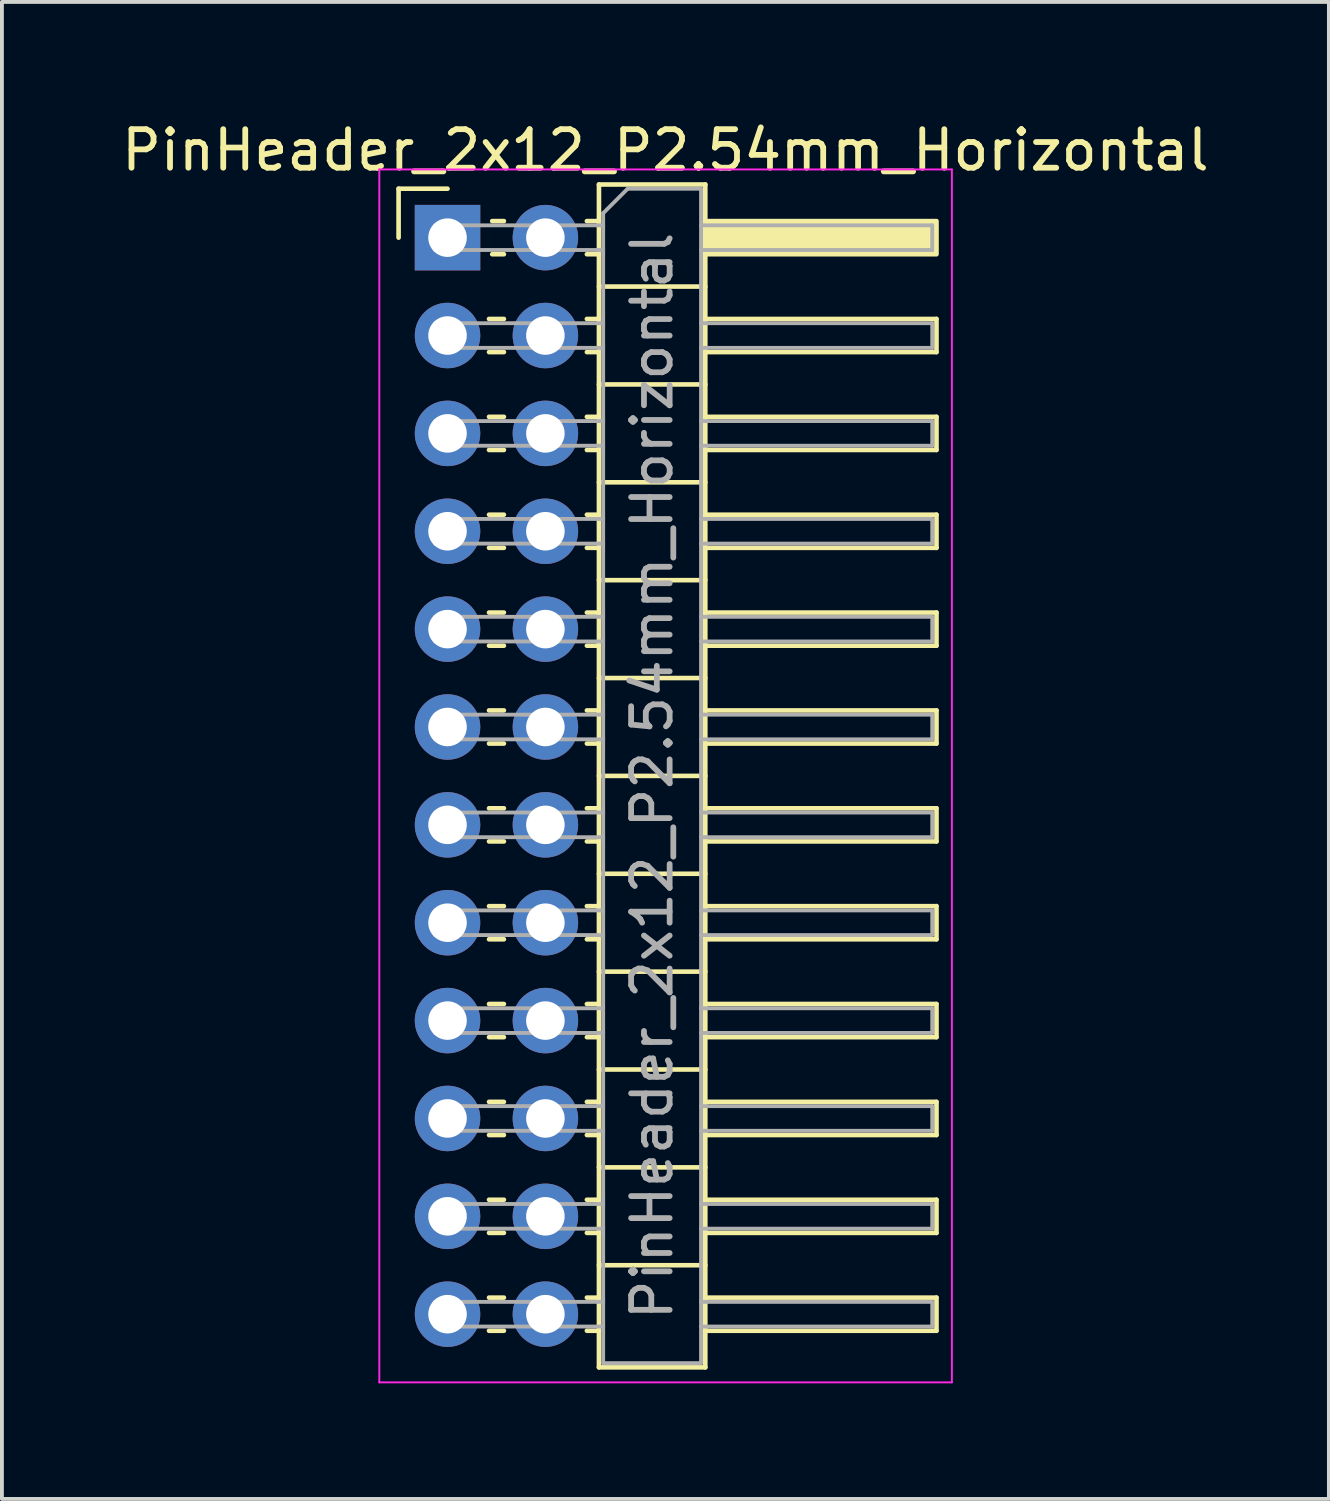
<source format=kicad_pcb>
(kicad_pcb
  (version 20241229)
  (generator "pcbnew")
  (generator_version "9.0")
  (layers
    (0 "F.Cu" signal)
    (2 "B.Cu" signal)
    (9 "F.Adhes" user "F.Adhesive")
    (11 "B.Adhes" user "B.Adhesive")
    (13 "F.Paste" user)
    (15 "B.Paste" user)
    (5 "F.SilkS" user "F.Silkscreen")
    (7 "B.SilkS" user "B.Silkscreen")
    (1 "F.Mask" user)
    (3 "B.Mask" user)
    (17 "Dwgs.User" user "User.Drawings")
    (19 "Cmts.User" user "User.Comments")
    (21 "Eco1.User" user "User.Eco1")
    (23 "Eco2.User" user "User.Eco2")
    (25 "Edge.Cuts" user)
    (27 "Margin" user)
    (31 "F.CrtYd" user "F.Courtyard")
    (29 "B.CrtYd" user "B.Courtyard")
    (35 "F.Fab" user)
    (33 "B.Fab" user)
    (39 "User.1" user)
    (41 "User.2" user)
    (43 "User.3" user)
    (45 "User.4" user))
  (footprint "PinHeader_2x12_P2.54mm_Horizontal"
    (layer "F.Cu")
    (at 8.565 3.118)
    (property "Reference" "PinHeader_2x12_P2.54mm_Horizontal" (at 5.655 -2.27 0) (layer "F.SilkS") (effects (font (size 1 1) (thickness 0.15))))
    (attr through_hole)
    (fp_line (start -1.27 -1.27) (end 0 -1.27) (stroke (width 0.12) (type solid)) (layer "F.SilkS"))
    (fp_line (start -1.27 0) (end -1.27 -1.27) (stroke (width 0.12) (type solid)) (layer "F.SilkS"))
    (fp_line (start 1.077 2.11) (end 1.463 2.11) (stroke (width 0.12) (type solid)) (layer "F.SilkS"))
    (fp_line (start 1.077 2.97) (end 1.463 2.97) (stroke (width 0.12) (type solid)) (layer "F.SilkS"))
    (fp_line (start 1.077 4.65) (end 1.463 4.65) (stroke (width 0.12) (type solid)) (layer "F.SilkS"))
    (fp_line (start 1.077 5.51) (end 1.463 5.51) (stroke (width 0.12) (type solid)) (layer "F.SilkS"))
    (fp_line (start 1.077 7.19) (end 1.463 7.19) (stroke (width 0.12) (type solid)) (layer "F.SilkS"))
    (fp_line (start 1.077 8.05) (end 1.463 8.05) (stroke (width 0.12) (type solid)) (layer "F.SilkS"))
    (fp_line (start 1.077 9.73) (end 1.463 9.73) (stroke (width 0.12) (type solid)) (layer "F.SilkS"))
    (fp_line (start 1.077 10.59) (end 1.463 10.59) (stroke (width 0.12) (type solid)) (layer "F.SilkS"))
    (fp_line (start 1.077 12.27) (end 1.463 12.27) (stroke (width 0.12) (type solid)) (layer "F.SilkS"))
    (fp_line (start 1.077 13.13) (end 1.463 13.13) (stroke (width 0.12) (type solid)) (layer "F.SilkS"))
    (fp_line (start 1.077 14.81) (end 1.463 14.81) (stroke (width 0.12) (type solid)) (layer "F.SilkS"))
    (fp_line (start 1.077 15.67) (end 1.463 15.67) (stroke (width 0.12) (type solid)) (layer "F.SilkS"))
    (fp_line (start 1.077 17.35) (end 1.463 17.35) (stroke (width 0.12) (type solid)) (layer "F.SilkS"))
    (fp_line (start 1.077 18.21) (end 1.463 18.21) (stroke (width 0.12) (type solid)) (layer "F.SilkS"))
    (fp_line (start 1.077 19.89) (end 1.463 19.89) (stroke (width 0.12) (type solid)) (layer "F.SilkS"))
    (fp_line (start 1.077 20.75) (end 1.463 20.75) (stroke (width 0.12) (type solid)) (layer "F.SilkS"))
    (fp_line (start 1.077 22.43) (end 1.463 22.43) (stroke (width 0.12) (type solid)) (layer "F.SilkS"))
    (fp_line (start 1.077 23.29) (end 1.463 23.29) (stroke (width 0.12) (type solid)) (layer "F.SilkS"))
    (fp_line (start 1.077 24.97) (end 1.463 24.97) (stroke (width 0.12) (type solid)) (layer "F.SilkS"))
    (fp_line (start 1.077 25.83) (end 1.463 25.83) (stroke (width 0.12) (type solid)) (layer "F.SilkS"))
    (fp_line (start 1.077 27.51) (end 1.463 27.51) (stroke (width 0.12) (type solid)) (layer "F.SilkS"))
    (fp_line (start 1.077 28.37) (end 1.463 28.37) (stroke (width 0.12) (type solid)) (layer "F.SilkS"))
    (fp_line (start 1.16 -0.43) (end 1.463 -0.43) (stroke (width 0.12) (type solid)) (layer "F.SilkS"))
    (fp_line (start 1.16 0.43) (end 1.463 0.43) (stroke (width 0.12) (type solid)) (layer "F.SilkS"))
    (fp_line (start 3.617 -0.43) (end 3.93 -0.43) (stroke (width 0.12) (type solid)) (layer "F.SilkS"))
    (fp_line (start 3.617 0.43) (end 3.93 0.43) (stroke (width 0.12) (type solid)) (layer "F.SilkS"))
    (fp_line (start 3.617 2.11) (end 3.93 2.11) (stroke (width 0.12) (type solid)) (layer "F.SilkS"))
    (fp_line (start 3.617 2.97) (end 3.93 2.97) (stroke (width 0.12) (type solid)) (layer "F.SilkS"))
    (fp_line (start 3.617 4.65) (end 3.93 4.65) (stroke (width 0.12) (type solid)) (layer "F.SilkS"))
    (fp_line (start 3.617 5.51) (end 3.93 5.51) (stroke (width 0.12) (type solid)) (layer "F.SilkS"))
    (fp_line (start 3.617 7.19) (end 3.93 7.19) (stroke (width 0.12) (type solid)) (layer "F.SilkS"))
    (fp_line (start 3.617 8.05) (end 3.93 8.05) (stroke (width 0.12) (type solid)) (layer "F.SilkS"))
    (fp_line (start 3.617 9.73) (end 3.93 9.73) (stroke (width 0.12) (type solid)) (layer "F.SilkS"))
    (fp_line (start 3.617 10.59) (end 3.93 10.59) (stroke (width 0.12) (type solid)) (layer "F.SilkS"))
    (fp_line (start 3.617 12.27) (end 3.93 12.27) (stroke (width 0.12) (type solid)) (layer "F.SilkS"))
    (fp_line (start 3.617 13.13) (end 3.93 13.13) (stroke (width 0.12) (type solid)) (layer "F.SilkS"))
    (fp_line (start 3.617 14.81) (end 3.93 14.81) (stroke (width 0.12) (type solid)) (layer "F.SilkS"))
    (fp_line (start 3.617 15.67) (end 3.93 15.67) (stroke (width 0.12) (type solid)) (layer "F.SilkS"))
    (fp_line (start 3.617 17.35) (end 3.93 17.35) (stroke (width 0.12) (type solid)) (layer "F.SilkS"))
    (fp_line (start 3.617 18.21) (end 3.93 18.21) (stroke (width 0.12) (type solid)) (layer "F.SilkS"))
    (fp_line (start 3.617 19.89) (end 3.93 19.89) (stroke (width 0.12) (type solid)) (layer "F.SilkS"))
    (fp_line (start 3.617 20.75) (end 3.93 20.75) (stroke (width 0.12) (type solid)) (layer "F.SilkS"))
    (fp_line (start 3.617 22.43) (end 3.93 22.43) (stroke (width 0.12) (type solid)) (layer "F.SilkS"))
    (fp_line (start 3.617 23.29) (end 3.93 23.29) (stroke (width 0.12) (type solid)) (layer "F.SilkS"))
    (fp_line (start 3.617 24.97) (end 3.93 24.97) (stroke (width 0.12) (type solid)) (layer "F.SilkS"))
    (fp_line (start 3.617 25.83) (end 3.93 25.83) (stroke (width 0.12) (type solid)) (layer "F.SilkS"))
    (fp_line (start 3.617 27.51) (end 3.93 27.51) (stroke (width 0.12) (type solid)) (layer "F.SilkS"))
    (fp_line (start 3.617 28.37) (end 3.93 28.37) (stroke (width 0.12) (type solid)) (layer "F.SilkS"))
    (fp_line (start 3.93 -1.38) (end 3.93 29.32) (stroke (width 0.12) (type solid)) (layer "F.SilkS"))
    (fp_line (start 3.93 1.27) (end 6.69 1.27) (stroke (width 0.12) (type solid)) (layer "F.SilkS"))
    (fp_line (start 3.93 3.81) (end 6.69 3.81) (stroke (width 0.12) (type solid)) (layer "F.SilkS"))
    (fp_line (start 3.93 6.35) (end 6.69 6.35) (stroke (width 0.12) (type solid)) (layer "F.SilkS"))
    (fp_line (start 3.93 8.89) (end 6.69 8.89) (stroke (width 0.12) (type solid)) (layer "F.SilkS"))
    (fp_line (start 3.93 11.43) (end 6.69 11.43) (stroke (width 0.12) (type solid)) (layer "F.SilkS"))
    (fp_line (start 3.93 13.97) (end 6.69 13.97) (stroke (width 0.12) (type solid)) (layer "F.SilkS"))
    (fp_line (start 3.93 16.51) (end 6.69 16.51) (stroke (width 0.12) (type solid)) (layer "F.SilkS"))
    (fp_line (start 3.93 19.05) (end 6.69 19.05) (stroke (width 0.12) (type solid)) (layer "F.SilkS"))
    (fp_line (start 3.93 21.59) (end 6.69 21.59) (stroke (width 0.12) (type solid)) (layer "F.SilkS"))
    (fp_line (start 3.93 24.13) (end 6.69 24.13) (stroke (width 0.12) (type solid)) (layer "F.SilkS"))
    (fp_line (start 3.93 26.67) (end 6.69 26.67) (stroke (width 0.12) (type solid)) (layer "F.SilkS"))
    (fp_line (start 3.93 29.32) (end 6.69 29.32) (stroke (width 0.12) (type solid)) (layer "F.SilkS"))
    (fp_line (start 6.69 -1.38) (end 3.93 -1.38) (stroke (width 0.12) (type solid)) (layer "F.SilkS"))
    (fp_line (start 6.69 2.11) (end 12.69 2.11) (stroke (width 0.12) (type solid)) (layer "F.SilkS"))
    (fp_line (start 6.69 4.65) (end 12.69 4.65) (stroke (width 0.12) (type solid)) (layer "F.SilkS"))
    (fp_line (start 6.69 7.19) (end 12.69 7.19) (stroke (width 0.12) (type solid)) (layer "F.SilkS"))
    (fp_line (start 6.69 9.73) (end 12.69 9.73) (stroke (width 0.12) (type solid)) (layer "F.SilkS"))
    (fp_line (start 6.69 12.27) (end 12.69 12.27) (stroke (width 0.12) (type solid)) (layer "F.SilkS"))
    (fp_line (start 6.69 14.81) (end 12.69 14.81) (stroke (width 0.12) (type solid)) (layer "F.SilkS"))
    (fp_line (start 6.69 17.35) (end 12.69 17.35) (stroke (width 0.12) (type solid)) (layer "F.SilkS"))
    (fp_line (start 6.69 19.89) (end 12.69 19.89) (stroke (width 0.12) (type solid)) (layer "F.SilkS"))
    (fp_line (start 6.69 22.43) (end 12.69 22.43) (stroke (width 0.12) (type solid)) (layer "F.SilkS"))
    (fp_line (start 6.69 24.97) (end 12.69 24.97) (stroke (width 0.12) (type solid)) (layer "F.SilkS"))
    (fp_line (start 6.69 27.51) (end 12.69 27.51) (stroke (width 0.12) (type solid)) (layer "F.SilkS"))
    (fp_line (start 6.69 29.32) (end 6.69 -1.38) (stroke (width 0.12) (type solid)) (layer "F.SilkS"))
    (fp_line (start 12.69 2.11) (end 12.69 2.97) (stroke (width 0.12) (type solid)) (layer "F.SilkS"))
    (fp_line (start 12.69 2.97) (end 6.69 2.97) (stroke (width 0.12) (type solid)) (layer "F.SilkS"))
    (fp_line (start 12.69 4.65) (end 12.69 5.51) (stroke (width 0.12) (type solid)) (layer "F.SilkS"))
    (fp_line (start 12.69 5.51) (end 6.69 5.51) (stroke (width 0.12) (type solid)) (layer "F.SilkS"))
    (fp_line (start 12.69 7.19) (end 12.69 8.05) (stroke (width 0.12) (type solid)) (layer "F.SilkS"))
    (fp_line (start 12.69 8.05) (end 6.69 8.05) (stroke (width 0.12) (type solid)) (layer "F.SilkS"))
    (fp_line (start 12.69 9.73) (end 12.69 10.59) (stroke (width 0.12) (type solid)) (layer "F.SilkS"))
    (fp_line (start 12.69 10.59) (end 6.69 10.59) (stroke (width 0.12) (type solid)) (layer "F.SilkS"))
    (fp_line (start 12.69 12.27) (end 12.69 13.13) (stroke (width 0.12) (type solid)) (layer "F.SilkS"))
    (fp_line (start 12.69 13.13) (end 6.69 13.13) (stroke (width 0.12) (type solid)) (layer "F.SilkS"))
    (fp_line (start 12.69 14.81) (end 12.69 15.67) (stroke (width 0.12) (type solid)) (layer "F.SilkS"))
    (fp_line (start 12.69 15.67) (end 6.69 15.67) (stroke (width 0.12) (type solid)) (layer "F.SilkS"))
    (fp_line (start 12.69 17.35) (end 12.69 18.21) (stroke (width 0.12) (type solid)) (layer "F.SilkS"))
    (fp_line (start 12.69 18.21) (end 6.69 18.21) (stroke (width 0.12) (type solid)) (layer "F.SilkS"))
    (fp_line (start 12.69 19.89) (end 12.69 20.75) (stroke (width 0.12) (type solid)) (layer "F.SilkS"))
    (fp_line (start 12.69 20.75) (end 6.69 20.75) (stroke (width 0.12) (type solid)) (layer "F.SilkS"))
    (fp_line (start 12.69 22.43) (end 12.69 23.29) (stroke (width 0.12) (type solid)) (layer "F.SilkS"))
    (fp_line (start 12.69 23.29) (end 6.69 23.29) (stroke (width 0.12) (type solid)) (layer "F.SilkS"))
    (fp_line (start 12.69 24.97) (end 12.69 25.83) (stroke (width 0.12) (type solid)) (layer "F.SilkS"))
    (fp_line (start 12.69 25.83) (end 6.69 25.83) (stroke (width 0.12) (type solid)) (layer "F.SilkS"))
    (fp_line (start 12.69 27.51) (end 12.69 28.37) (stroke (width 0.12) (type solid)) (layer "F.SilkS"))
    (fp_line (start 12.69 28.37) (end 6.69 28.37) (stroke (width 0.12) (type solid)) (layer "F.SilkS"))
    (fp_rect (start 6.69 -0.43) (end 12.69 0.43) (stroke (width 0.12) (type solid)) (fill yes) (layer "F.SilkS"))
    (fp_line (start -1.77 -1.77) (end -1.77 29.71) (stroke (width 0.05) (type solid)) (layer "F.CrtYd"))
    (fp_line (start -1.77 29.71) (end 13.09 29.71) (stroke (width 0.05) (type solid)) (layer "F.CrtYd"))
    (fp_line (start 13.09 -1.77) (end -1.77 -1.77) (stroke (width 0.05) (type solid)) (layer "F.CrtYd"))
    (fp_line (start 13.09 29.71) (end 13.09 -1.77) (stroke (width 0.05) (type solid)) (layer "F.CrtYd"))
    (fp_line (start -0.32 -0.32) (end -0.32 0.32) (stroke (width 0.1) (type solid)) (layer "F.Fab"))
    (fp_line (start -0.32 -0.32) (end 4.04 -0.32) (stroke (width 0.1) (type solid)) (layer "F.Fab"))
    (fp_line (start -0.32 0.32) (end 4.04 0.32) (stroke (width 0.1) (type solid)) (layer "F.Fab"))
    (fp_line (start -0.32 2.22) (end -0.32 2.86) (stroke (width 0.1) (type solid)) (layer "F.Fab"))
    (fp_line (start -0.32 2.22) (end 4.04 2.22) (stroke (width 0.1) (type solid)) (layer "F.Fab"))
    (fp_line (start -0.32 2.86) (end 4.04 2.86) (stroke (width 0.1) (type solid)) (layer "F.Fab"))
    (fp_line (start -0.32 4.76) (end -0.32 5.4) (stroke (width 0.1) (type solid)) (layer "F.Fab"))
    (fp_line (start -0.32 4.76) (end 4.04 4.76) (stroke (width 0.1) (type solid)) (layer "F.Fab"))
    (fp_line (start -0.32 5.4) (end 4.04 5.4) (stroke (width 0.1) (type solid)) (layer "F.Fab"))
    (fp_line (start -0.32 7.3) (end -0.32 7.94) (stroke (width 0.1) (type solid)) (layer "F.Fab"))
    (fp_line (start -0.32 7.3) (end 4.04 7.3) (stroke (width 0.1) (type solid)) (layer "F.Fab"))
    (fp_line (start -0.32 7.94) (end 4.04 7.94) (stroke (width 0.1) (type solid)) (layer "F.Fab"))
    (fp_line (start -0.32 9.84) (end -0.32 10.48) (stroke (width 0.1) (type solid)) (layer "F.Fab"))
    (fp_line (start -0.32 9.84) (end 4.04 9.84) (stroke (width 0.1) (type solid)) (layer "F.Fab"))
    (fp_line (start -0.32 10.48) (end 4.04 10.48) (stroke (width 0.1) (type solid)) (layer "F.Fab"))
    (fp_line (start -0.32 12.38) (end -0.32 13.02) (stroke (width 0.1) (type solid)) (layer "F.Fab"))
    (fp_line (start -0.32 12.38) (end 4.04 12.38) (stroke (width 0.1) (type solid)) (layer "F.Fab"))
    (fp_line (start -0.32 13.02) (end 4.04 13.02) (stroke (width 0.1) (type solid)) (layer "F.Fab"))
    (fp_line (start -0.32 14.92) (end -0.32 15.56) (stroke (width 0.1) (type solid)) (layer "F.Fab"))
    (fp_line (start -0.32 14.92) (end 4.04 14.92) (stroke (width 0.1) (type solid)) (layer "F.Fab"))
    (fp_line (start -0.32 15.56) (end 4.04 15.56) (stroke (width 0.1) (type solid)) (layer "F.Fab"))
    (fp_line (start -0.32 17.46) (end -0.32 18.1) (stroke (width 0.1) (type solid)) (layer "F.Fab"))
    (fp_line (start -0.32 17.46) (end 4.04 17.46) (stroke (width 0.1) (type solid)) (layer "F.Fab"))
    (fp_line (start -0.32 18.1) (end 4.04 18.1) (stroke (width 0.1) (type solid)) (layer "F.Fab"))
    (fp_line (start -0.32 20) (end -0.32 20.64) (stroke (width 0.1) (type solid)) (layer "F.Fab"))
    (fp_line (start -0.32 20) (end 4.04 20) (stroke (width 0.1) (type solid)) (layer "F.Fab"))
    (fp_line (start -0.32 20.64) (end 4.04 20.64) (stroke (width 0.1) (type solid)) (layer "F.Fab"))
    (fp_line (start -0.32 22.54) (end -0.32 23.18) (stroke (width 0.1) (type solid)) (layer "F.Fab"))
    (fp_line (start -0.32 22.54) (end 4.04 22.54) (stroke (width 0.1) (type solid)) (layer "F.Fab"))
    (fp_line (start -0.32 23.18) (end 4.04 23.18) (stroke (width 0.1) (type solid)) (layer "F.Fab"))
    (fp_line (start -0.32 25.08) (end -0.32 25.72) (stroke (width 0.1) (type solid)) (layer "F.Fab"))
    (fp_line (start -0.32 25.08) (end 4.04 25.08) (stroke (width 0.1) (type solid)) (layer "F.Fab"))
    (fp_line (start -0.32 25.72) (end 4.04 25.72) (stroke (width 0.1) (type solid)) (layer "F.Fab"))
    (fp_line (start -0.32 27.62) (end -0.32 28.26) (stroke (width 0.1) (type solid)) (layer "F.Fab"))
    (fp_line (start -0.32 27.62) (end 4.04 27.62) (stroke (width 0.1) (type solid)) (layer "F.Fab"))
    (fp_line (start -0.32 28.26) (end 4.04 28.26) (stroke (width 0.1) (type solid)) (layer "F.Fab"))
    (fp_line (start 4.04 -0.635) (end 4.675 -1.27) (stroke (width 0.1) (type solid)) (layer "F.Fab"))
    (fp_line (start 4.04 29.21) (end 4.04 -0.635) (stroke (width 0.1) (type solid)) (layer "F.Fab"))
    (fp_line (start 4.675 -1.27) (end 6.58 -1.27) (stroke (width 0.1) (type solid)) (layer "F.Fab"))
    (fp_line (start 6.58 -1.27) (end 6.58 29.21) (stroke (width 0.1) (type solid)) (layer "F.Fab"))
    (fp_line (start 6.58 -0.32) (end 12.58 -0.32) (stroke (width 0.1) (type solid)) (layer "F.Fab"))
    (fp_line (start 6.58 0.32) (end 12.58 0.32) (stroke (width 0.1) (type solid)) (layer "F.Fab"))
    (fp_line (start 6.58 2.22) (end 12.58 2.22) (stroke (width 0.1) (type solid)) (layer "F.Fab"))
    (fp_line (start 6.58 2.86) (end 12.58 2.86) (stroke (width 0.1) (type solid)) (layer "F.Fab"))
    (fp_line (start 6.58 4.76) (end 12.58 4.76) (stroke (width 0.1) (type solid)) (layer "F.Fab"))
    (fp_line (start 6.58 5.4) (end 12.58 5.4) (stroke (width 0.1) (type solid)) (layer "F.Fab"))
    (fp_line (start 6.58 7.3) (end 12.58 7.3) (stroke (width 0.1) (type solid)) (layer "F.Fab"))
    (fp_line (start 6.58 7.94) (end 12.58 7.94) (stroke (width 0.1) (type solid)) (layer "F.Fab"))
    (fp_line (start 6.58 9.84) (end 12.58 9.84) (stroke (width 0.1) (type solid)) (layer "F.Fab"))
    (fp_line (start 6.58 10.48) (end 12.58 10.48) (stroke (width 0.1) (type solid)) (layer "F.Fab"))
    (fp_line (start 6.58 12.38) (end 12.58 12.38) (stroke (width 0.1) (type solid)) (layer "F.Fab"))
    (fp_line (start 6.58 13.02) (end 12.58 13.02) (stroke (width 0.1) (type solid)) (layer "F.Fab"))
    (fp_line (start 6.58 14.92) (end 12.58 14.92) (stroke (width 0.1) (type solid)) (layer "F.Fab"))
    (fp_line (start 6.58 15.56) (end 12.58 15.56) (stroke (width 0.1) (type solid)) (layer "F.Fab"))
    (fp_line (start 6.58 17.46) (end 12.58 17.46) (stroke (width 0.1) (type solid)) (layer "F.Fab"))
    (fp_line (start 6.58 18.1) (end 12.58 18.1) (stroke (width 0.1) (type solid)) (layer "F.Fab"))
    (fp_line (start 6.58 20) (end 12.58 20) (stroke (width 0.1) (type solid)) (layer "F.Fab"))
    (fp_line (start 6.58 20.64) (end 12.58 20.64) (stroke (width 0.1) (type solid)) (layer "F.Fab"))
    (fp_line (start 6.58 22.54) (end 12.58 22.54) (stroke (width 0.1) (type solid)) (layer "F.Fab"))
    (fp_line (start 6.58 23.18) (end 12.58 23.18) (stroke (width 0.1) (type solid)) (layer "F.Fab"))
    (fp_line (start 6.58 25.08) (end 12.58 25.08) (stroke (width 0.1) (type solid)) (layer "F.Fab"))
    (fp_line (start 6.58 25.72) (end 12.58 25.72) (stroke (width 0.1) (type solid)) (layer "F.Fab"))
    (fp_line (start 6.58 27.62) (end 12.58 27.62) (stroke (width 0.1) (type solid)) (layer "F.Fab"))
    (fp_line (start 6.58 28.26) (end 12.58 28.26) (stroke (width 0.1) (type solid)) (layer "F.Fab"))
    (fp_line (start 6.58 29.21) (end 4.04 29.21) (stroke (width 0.1) (type solid)) (layer "F.Fab"))
    (fp_line (start 12.58 -0.32) (end 12.58 0.32) (stroke (width 0.1) (type solid)) (layer "F.Fab"))
    (fp_line (start 12.58 2.22) (end 12.58 2.86) (stroke (width 0.1) (type solid)) (layer "F.Fab"))
    (fp_line (start 12.58 4.76) (end 12.58 5.4) (stroke (width 0.1) (type solid)) (layer "F.Fab"))
    (fp_line (start 12.58 7.3) (end 12.58 7.94) (stroke (width 0.1) (type solid)) (layer "F.Fab"))
    (fp_line (start 12.58 9.84) (end 12.58 10.48) (stroke (width 0.1) (type solid)) (layer "F.Fab"))
    (fp_line (start 12.58 12.38) (end 12.58 13.02) (stroke (width 0.1) (type solid)) (layer "F.Fab"))
    (fp_line (start 12.58 14.92) (end 12.58 15.56) (stroke (width 0.1) (type solid)) (layer "F.Fab"))
    (fp_line (start 12.58 17.46) (end 12.58 18.1) (stroke (width 0.1) (type solid)) (layer "F.Fab"))
    (fp_line (start 12.58 20) (end 12.58 20.64) (stroke (width 0.1) (type solid)) (layer "F.Fab"))
    (fp_line (start 12.58 22.54) (end 12.58 23.18) (stroke (width 0.1) (type solid)) (layer "F.Fab"))
    (fp_line (start 12.58 25.08) (end 12.58 25.72) (stroke (width 0.1) (type solid)) (layer "F.Fab"))
    (fp_line (start 12.58 27.62) (end 12.58 28.26) (stroke (width 0.1) (type solid)) (layer "F.Fab"))
    (fp_text user "${REFERENCE}" (at 5.31 13.97 90) (layer "F.Fab") (effects (font (size 1 1) (thickness 0.15))))
    (pad "1" thru_hole rect (at 0 0) (size 1.7 1.7) (drill 1) (layers "*.Cu" "*.Mask"))
    (pad "2" thru_hole circle (at 2.54 0) (size 1.7 1.7) (drill 1) (layers "*.Cu" "*.Mask"))
    (pad "3" thru_hole circle (at 0 2.54) (size 1.7 1.7) (drill 1) (layers "*.Cu" "*.Mask"))
    (pad "4" thru_hole circle (at 2.54 2.54) (size 1.7 1.7) (drill 1) (layers "*.Cu" "*.Mask"))
    (pad "5" thru_hole circle (at 0 5.08) (size 1.7 1.7) (drill 1) (layers "*.Cu" "*.Mask"))
    (pad "6" thru_hole circle (at 2.54 5.08) (size 1.7 1.7) (drill 1) (layers "*.Cu" "*.Mask"))
    (pad "7" thru_hole circle (at 0 7.62) (size 1.7 1.7) (drill 1) (layers "*.Cu" "*.Mask"))
    (pad "8" thru_hole circle (at 2.54 7.62) (size 1.7 1.7) (drill 1) (layers "*.Cu" "*.Mask"))
    (pad "9" thru_hole circle (at 0 10.16) (size 1.7 1.7) (drill 1) (layers "*.Cu" "*.Mask"))
    (pad "10" thru_hole circle (at 2.54 10.16) (size 1.7 1.7) (drill 1) (layers "*.Cu" "*.Mask"))
    (pad "11" thru_hole circle (at 0 12.7) (size 1.7 1.7) (drill 1) (layers "*.Cu" "*.Mask"))
    (pad "12" thru_hole circle (at 2.54 12.7) (size 1.7 1.7) (drill 1) (layers "*.Cu" "*.Mask"))
    (pad "13" thru_hole circle (at 0 15.24) (size 1.7 1.7) (drill 1) (layers "*.Cu" "*.Mask"))
    (pad "14" thru_hole circle (at 2.54 15.24) (size 1.7 1.7) (drill 1) (layers "*.Cu" "*.Mask"))
    (pad "15" thru_hole circle (at 0 17.78) (size 1.7 1.7) (drill 1) (layers "*.Cu" "*.Mask"))
    (pad "16" thru_hole circle (at 2.54 17.78) (size 1.7 1.7) (drill 1) (layers "*.Cu" "*.Mask"))
    (pad "17" thru_hole circle (at 0 20.32) (size 1.7 1.7) (drill 1) (layers "*.Cu" "*.Mask"))
    (pad "18" thru_hole circle (at 2.54 20.32) (size 1.7 1.7) (drill 1) (layers "*.Cu" "*.Mask"))
    (pad "19" thru_hole circle (at 0 22.86) (size 1.7 1.7) (drill 1) (layers "*.Cu" "*.Mask"))
    (pad "20" thru_hole circle (at 2.54 22.86) (size 1.7 1.7) (drill 1) (layers "*.Cu" "*.Mask"))
    (pad "21" thru_hole circle (at 0 25.4) (size 1.7 1.7) (drill 1) (layers "*.Cu" "*.Mask"))
    (pad "22" thru_hole circle (at 2.54 25.4) (size 1.7 1.7) (drill 1) (layers "*.Cu" "*.Mask"))
    (pad "23" thru_hole circle (at 0 27.94) (size 1.7 1.7) (drill 1) (layers "*.Cu" "*.Mask"))
    (pad "24" thru_hole circle (at 2.54 27.94) (size 1.7 1.7) (drill 1) (layers "*.Cu" "*.Mask")))
  (gr_rect
    (start -3 -3)
    (end 31.44 35.853)
    (stroke (width 0.1) (type default))
    (fill no)
    (layer "Edge.Cuts")))
</source>
